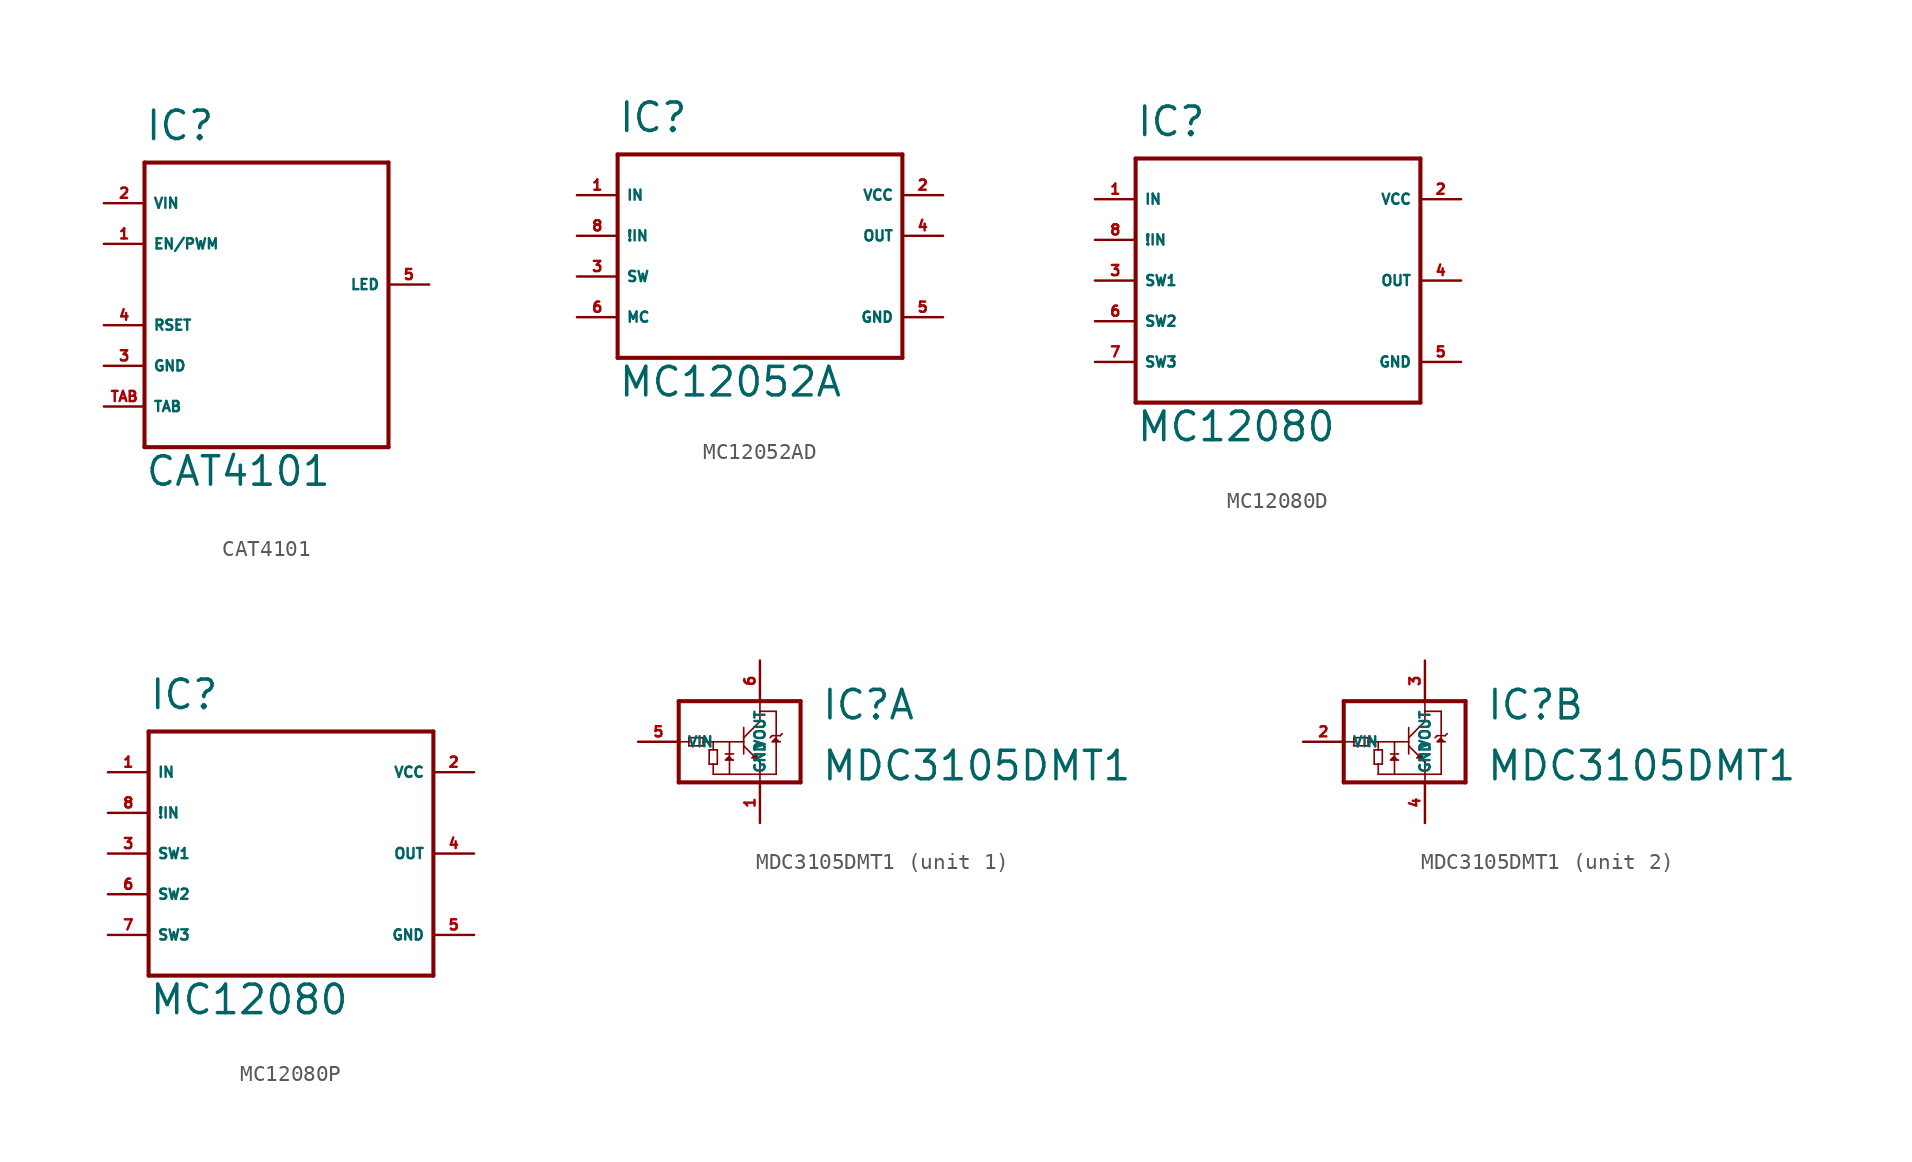
<source format=kicad_sym>
(kicad_symbol_lib
  (version 20220914)
  (generator Eagle2Kicad)
  (symbol "CAT4101"
    (property "Reference" "IC"
      (at -7.62 8.89 0)
      (effects (font (size 1.778 1.778) (thickness 0.22)) (justify left bottom)))
    (property "Value" "CAT4101"
      (at -7.62 -12.7 0)
      (effects (font (size 1.778 1.778) (thickness 0.22)) (justify left bottom)))
    (polyline
      (pts (xy -7.62 7.62) (xy 7.62 7.62))
      (stroke (width 0.254) (type default))
      (fill (type none)))
    (polyline
      (pts (xy 7.62 7.62) (xy 7.62 -10.16))
      (stroke (width 0.254) (type default))
      (fill (type none)))
    (polyline
      (pts (xy 7.62 -10.16) (xy -7.62 -10.16))
      (stroke (width 0.254) (type default))
      (fill (type none)))
    (polyline
      (pts (xy -7.62 -10.16) (xy -7.62 7.62))
      (stroke (width 0.254) (type default))
      (fill (type none)))
    (pin input line
      (at -10.16 2.54 0)
      (length 2.54)
      (name "EN/PWM" (effects (font (size 0.635 0.635) (thickness 0.08)) (justify left bottom)))
      (number "1" (effects (font (size 0.635 0.635) (thickness 0.08)) (justify left bottom))))
    (pin input line
      (at -10.16 5.08 0)
      (length 2.54)
      (name "VIN" (effects (font (size 0.635 0.635) (thickness 0.08)) (justify left bottom)))
      (number "2" (effects (font (size 0.635 0.635) (thickness 0.08)) (justify left bottom))))
    (pin input line
      (at -10.16 -2.54 0)
      (length 2.54)
      (name "RSET" (effects (font (size 0.635 0.635) (thickness 0.08)) (justify left bottom)))
      (number "4" (effects (font (size 0.635 0.635) (thickness 0.08)) (justify left bottom))))
    (pin unspecified line
      (at -10.16 -5.08 0)
      (length 2.54)
      (name "GND" (effects (font (size 0.635 0.635) (thickness 0.08)) (justify left bottom)))
      (number "3" (effects (font (size 0.635 0.635) (thickness 0.08)) (justify left bottom))))
    (pin unspecified line
      (at 10.16 0 180)
      (length 2.54)
      (name "LED" (effects (font (size 0.635 0.635) (thickness 0.08)) (justify left bottom)))
      (number "5" (effects (font (size 0.635 0.635) (thickness 0.08)) (justify left bottom))))
    (pin passive line
      (at -10.16 -7.62 0)
      (length 2.54)
      (name "TAB" (effects (font (size 0.635 0.635) (thickness 0.08)) (justify left bottom)))
      (number "TAB" (effects (font (size 0.635 0.635) (thickness 0.08)) (justify left bottom)))))
  (symbol "MC12052AD"
    (property "Reference" "IC"
      (at -7.62 8.89 0)
      (effects (font (size 1.778 1.778) (thickness 0.22)) (justify left bottom)))
    (property "Value" "MC12052A"
      (at -7.62 -7.62 0)
      (effects (font (size 1.778 1.778) (thickness 0.22)) (justify left bottom)))
    (polyline
      (pts (xy -7.62 7.62) (xy 10.16 7.62))
      (stroke (width 0.254) (type default))
      (fill (type none)))
    (polyline
      (pts (xy 10.16 7.62) (xy 10.16 -5.08))
      (stroke (width 0.254) (type default))
      (fill (type none)))
    (polyline
      (pts (xy 10.16 -5.08) (xy -7.62 -5.08))
      (stroke (width 0.254) (type default))
      (fill (type none)))
    (polyline
      (pts (xy -7.62 -5.08) (xy -7.62 7.62))
      (stroke (width 0.254) (type default))
      (fill (type none)))
    (pin input line
      (at -10.16 5.08 0)
      (length 2.54)
      (name "IN" (effects (font (size 0.635 0.635) (thickness 0.08)) (justify left bottom)))
      (number "1" (effects (font (size 0.635 0.635) (thickness 0.08)) (justify left bottom))))
    (pin unspecified line
      (at 12.7 5.08 180)
      (length 2.54)
      (name "VCC" (effects (font (size 0.635 0.635) (thickness 0.08)) (justify left bottom)))
      (number "2" (effects (font (size 0.635 0.635) (thickness 0.08)) (justify left bottom))))
    (pin input line
      (at -10.16 0 0)
      (length 2.54)
      (name "SW" (effects (font (size 0.635 0.635) (thickness 0.08)) (justify left bottom)))
      (number "3" (effects (font (size 0.635 0.635) (thickness 0.08)) (justify left bottom))))
    (pin output line
      (at 12.7 2.54 180)
      (length 2.54)
      (name "OUT" (effects (font (size 0.635 0.635) (thickness 0.08)) (justify left bottom)))
      (number "4" (effects (font (size 0.635 0.635) (thickness 0.08)) (justify left bottom))))
    (pin unspecified line
      (at 12.7 -2.54 180)
      (length 2.54)
      (name "GND" (effects (font (size 0.635 0.635) (thickness 0.08)) (justify left bottom)))
      (number "5" (effects (font (size 0.635 0.635) (thickness 0.08)) (justify left bottom))))
    (pin input line
      (at -10.16 -2.54 0)
      (length 2.54)
      (name "MC" (effects (font (size 0.635 0.635) (thickness 0.08)) (justify left bottom)))
      (number "6" (effects (font (size 0.635 0.635) (thickness 0.08)) (justify left bottom))))
    (pin input line
      (at -10.16 2.54 0)
      (length 2.54)
      (name "!IN" (effects (font (size 0.635 0.635) (thickness 0.08)) (justify left bottom)))
      (number "8" (effects (font (size 0.635 0.635) (thickness 0.08)) (justify left bottom)))))
  (symbol "MC12080D"
    (property "Reference" "IC"
      (at -7.62 8.89 0)
      (effects (font (size 1.778 1.778) (thickness 0.22)) (justify left bottom)))
    (property "Value" "MC12080"
      (at -7.62 -10.16 0)
      (effects (font (size 1.778 1.778) (thickness 0.22)) (justify left bottom)))
    (polyline
      (pts (xy -7.62 7.62) (xy 10.16 7.62))
      (stroke (width 0.254) (type default))
      (fill (type none)))
    (polyline
      (pts (xy 10.16 7.62) (xy 10.16 -7.62))
      (stroke (width 0.254) (type default))
      (fill (type none)))
    (polyline
      (pts (xy 10.16 -7.62) (xy -7.62 -7.62))
      (stroke (width 0.254) (type default))
      (fill (type none)))
    (polyline
      (pts (xy -7.62 -7.62) (xy -7.62 7.62))
      (stroke (width 0.254) (type default))
      (fill (type none)))
    (pin input line
      (at -10.16 5.08 0)
      (length 2.54)
      (name "IN" (effects (font (size 0.635 0.635) (thickness 0.08)) (justify left bottom)))
      (number "1" (effects (font (size 0.635 0.635) (thickness 0.08)) (justify left bottom))))
    (pin unspecified line
      (at 12.7 5.08 180)
      (length 2.54)
      (name "VCC" (effects (font (size 0.635 0.635) (thickness 0.08)) (justify left bottom)))
      (number "2" (effects (font (size 0.635 0.635) (thickness 0.08)) (justify left bottom))))
    (pin input line
      (at -10.16 0 0)
      (length 2.54)
      (name "SW1" (effects (font (size 0.635 0.635) (thickness 0.08)) (justify left bottom)))
      (number "3" (effects (font (size 0.635 0.635) (thickness 0.08)) (justify left bottom))))
    (pin output line
      (at 12.7 0 180)
      (length 2.54)
      (name "OUT" (effects (font (size 0.635 0.635) (thickness 0.08)) (justify left bottom)))
      (number "4" (effects (font (size 0.635 0.635) (thickness 0.08)) (justify left bottom))))
    (pin unspecified line
      (at 12.7 -5.08 180)
      (length 2.54)
      (name "GND" (effects (font (size 0.635 0.635) (thickness 0.08)) (justify left bottom)))
      (number "5" (effects (font (size 0.635 0.635) (thickness 0.08)) (justify left bottom))))
    (pin input line
      (at -10.16 -2.54 0)
      (length 2.54)
      (name "SW2" (effects (font (size 0.635 0.635) (thickness 0.08)) (justify left bottom)))
      (number "6" (effects (font (size 0.635 0.635) (thickness 0.08)) (justify left bottom))))
    (pin input line
      (at -10.16 2.54 0)
      (length 2.54)
      (name "!IN" (effects (font (size 0.635 0.635) (thickness 0.08)) (justify left bottom)))
      (number "8" (effects (font (size 0.635 0.635) (thickness 0.08)) (justify left bottom))))
    (pin input line
      (at -10.16 -5.08 0)
      (length 2.54)
      (name "SW3" (effects (font (size 0.635 0.635) (thickness 0.08)) (justify left bottom)))
      (number "7" (effects (font (size 0.635 0.635) (thickness 0.08)) (justify left bottom)))))
  (symbol "MC12080P"
    (property "Reference" "IC"
      (at -7.62 8.89 0)
      (effects (font (size 1.778 1.778) (thickness 0.22)) (justify left bottom)))
    (property "Value" "MC12080"
      (at -7.62 -10.16 0)
      (effects (font (size 1.778 1.778) (thickness 0.22)) (justify left bottom)))
    (polyline
      (pts (xy -7.62 7.62) (xy 10.16 7.62))
      (stroke (width 0.254) (type default))
      (fill (type none)))
    (polyline
      (pts (xy 10.16 7.62) (xy 10.16 -7.62))
      (stroke (width 0.254) (type default))
      (fill (type none)))
    (polyline
      (pts (xy 10.16 -7.62) (xy -7.62 -7.62))
      (stroke (width 0.254) (type default))
      (fill (type none)))
    (polyline
      (pts (xy -7.62 -7.62) (xy -7.62 7.62))
      (stroke (width 0.254) (type default))
      (fill (type none)))
    (pin input line
      (at -10.16 5.08 0)
      (length 2.54)
      (name "IN" (effects (font (size 0.635 0.635) (thickness 0.08)) (justify left bottom)))
      (number "1" (effects (font (size 0.635 0.635) (thickness 0.08)) (justify left bottom))))
    (pin unspecified line
      (at 12.7 5.08 180)
      (length 2.54)
      (name "VCC" (effects (font (size 0.635 0.635) (thickness 0.08)) (justify left bottom)))
      (number "2" (effects (font (size 0.635 0.635) (thickness 0.08)) (justify left bottom))))
    (pin input line
      (at -10.16 0 0)
      (length 2.54)
      (name "SW1" (effects (font (size 0.635 0.635) (thickness 0.08)) (justify left bottom)))
      (number "3" (effects (font (size 0.635 0.635) (thickness 0.08)) (justify left bottom))))
    (pin output line
      (at 12.7 0 180)
      (length 2.54)
      (name "OUT" (effects (font (size 0.635 0.635) (thickness 0.08)) (justify left bottom)))
      (number "4" (effects (font (size 0.635 0.635) (thickness 0.08)) (justify left bottom))))
    (pin unspecified line
      (at 12.7 -5.08 180)
      (length 2.54)
      (name "GND" (effects (font (size 0.635 0.635) (thickness 0.08)) (justify left bottom)))
      (number "5" (effects (font (size 0.635 0.635) (thickness 0.08)) (justify left bottom))))
    (pin input line
      (at -10.16 -2.54 0)
      (length 2.54)
      (name "SW2" (effects (font (size 0.635 0.635) (thickness 0.08)) (justify left bottom)))
      (number "6" (effects (font (size 0.635 0.635) (thickness 0.08)) (justify left bottom))))
    (pin input line
      (at -10.16 2.54 0)
      (length 2.54)
      (name "!IN" (effects (font (size 0.635 0.635) (thickness 0.08)) (justify left bottom)))
      (number "8" (effects (font (size 0.635 0.635) (thickness 0.08)) (justify left bottom))))
    (pin input line
      (at -10.16 -5.08 0)
      (length 2.54)
      (name "SW3" (effects (font (size 0.635 0.635) (thickness 0.08)) (justify left bottom)))
      (number "7" (effects (font (size 0.635 0.635) (thickness 0.08)) (justify left bottom)))))
  (symbol "MDC3105DMT1"
    (property "Reference" "IC"
      (at 6.35 1.27 0)
      (effects (font (size 1.778 1.778) (thickness 0.22)) (justify left bottom)))
    (property "Value" "MDC3105DMT1"
      (at 6.35 -2.54 0)
      (effects (font (size 1.778 1.778) (thickness 0.22)) (justify left bottom)))
    (symbol "MDC3105DMT1_1_0"
      (polyline (pts (xy 2.54 -1.27) (xy 2.286 -0.762) (xy 2.032 -1.016)) (stroke (width 0.102) (type default)) (fill (type outline)))
      (polyline (pts (xy 0.635 -0.889) (xy 0.381 -1.143) (xy 0.889 -1.143)) (stroke (width 0.102) (type default)) (fill (type outline)))
      (polyline (pts (xy 3.556 0.254) (xy 3.302 0) (xy 3.81 0)) (stroke (width 0.102) (type default)) (fill (type outline)))
      (polyline (pts (xy -2.54 2.54) (xy 2.54 2.54)) (stroke (width 0.254) (type default)) (fill (type none)))
      (polyline (pts (xy 2.54 2.54) (xy 5.08 2.54)) (stroke (width 0.254) (type default)) (fill (type none)))
      (polyline (pts (xy 5.08 2.54) (xy 5.08 -2.54)) (stroke (width 0.254) (type default)) (fill (type none)))
      (polyline (pts (xy 5.08 -2.54) (xy -2.54 -2.54)) (stroke (width 0.254) (type default)) (fill (type none)))
      (polyline (pts (xy -2.54 -2.54) (xy -2.54 0)) (stroke (width 0.254) (type default)) (fill (type none)))
      (polyline (pts (xy -2.54 0) (xy -2.54 2.54)) (stroke (width 0.254) (type default)) (fill (type none)))
      (polyline (pts (xy -2.54 0) (xy -1.905 0)) (stroke (width 0.102) (type default)) (fill (type none)))
      (polyline (pts (xy -1.905 0) (xy -1.905 0.254)) (stroke (width 0.102) (type default)) (fill (type none)))
      (polyline (pts (xy -1.905 0.254) (xy -1.016 0.254)) (stroke (width 0.102) (type default)) (fill (type none)))
      (polyline (pts (xy -1.016 0.254) (xy -1.016 0)) (stroke (width 0.102) (type default)) (fill (type none)))
      (polyline (pts (xy -1.016 0) (xy -1.016 -0.254)) (stroke (width 0.102) (type default)) (fill (type none)))
      (polyline (pts (xy -1.016 -0.254) (xy -1.905 -0.254)) (stroke (width 0.102) (type default)) (fill (type none)))
      (polyline (pts (xy -1.905 -0.254) (xy -1.905 0)) (stroke (width 0.102) (type default)) (fill (type none)))
      (polyline (pts (xy -1.016 0) (xy -0.381 0)) (stroke (width 0.102) (type default)) (fill (type none)))
      (polyline (pts (xy -0.381 0) (xy -0.381 -0.508)) (stroke (width 0.102) (type default)) (fill (type none)))
      (polyline (pts (xy -0.381 -1.397) (xy -0.635 -1.397)) (stroke (width 0.102) (type default)) (fill (type none)))
      (polyline (pts (xy -0.635 -1.397) (xy -0.635 -0.508)) (stroke (width 0.102) (type default)) (fill (type none)))
      (polyline (pts (xy -0.635 -0.508) (xy -0.127 -0.508)) (stroke (width 0.102) (type default)) (fill (type none)))
      (polyline (pts (xy -0.127 -0.508) (xy -0.127 -1.397)) (stroke (width 0.102) (type default)) (fill (type none)))
      (polyline (pts (xy -0.127 -1.397) (xy -0.381 -1.397)) (stroke (width 0.102) (type default)) (fill (type none)))
      (polyline (pts (xy -0.381 -2.032) (xy -0.381 -1.397)) (stroke (width 0.102) (type default)) (fill (type none)))
      (polyline (pts (xy -0.381 -2.032) (xy 0.635 -2.032)) (stroke (width 0.102) (type default)) (fill (type none)))
      (polyline (pts (xy 0.635 -2.032) (xy 2.54 -2.032)) (stroke (width 0.102) (type default)) (fill (type none)))
      (polyline (pts (xy 2.54 -2.032) (xy 2.54 -2.413)) (stroke (width 0.102) (type default)) (fill (type none)))
      (polyline (pts (xy -0.381 0) (xy 0.635 0)) (stroke (width 0.102) (type default)) (fill (type none)))
      (polyline (pts (xy 0.635 0) (xy 1.524 0)) (stroke (width 0.102) (type default)) (fill (type none)))
      (polyline (pts (xy 1.524 0.254) (xy 1.524 0.889)) (stroke (width 0.102) (type default)) (fill (type none)))
      (polyline (pts (xy 1.524 -0.254) (xy 1.524 -0.762)) (stroke (width 0.102) (type default)) (fill (type none)))
      (polyline (pts (xy 1.524 0) (xy 1.524 0.254)) (stroke (width 0.102) (type default)) (fill (type none)))
      (polyline (pts (xy 1.524 0.254) (xy 2.54 1.27)) (stroke (width 0.102) (type default)) (fill (type none)))
      (polyline (pts (xy 2.54 1.27) (xy 2.54 1.905)) (stroke (width 0.102) (type default)) (fill (type none)))
      (polyline (pts (xy 2.54 1.905) (xy 2.54 2.54)) (stroke (width 0.102) (type default)) (fill (type none)))
      (polyline (pts (xy 1.524 0) (xy 1.524 -0.254)) (stroke (width 0.102) (type default)) (fill (type none)))
      (polyline (pts (xy 1.524 -0.254) (xy 2.54 -1.27)) (stroke (width 0.102) (type default)) (fill (type none)))
      (polyline (pts (xy 2.54 -1.27) (xy 2.54 -2.032)) (stroke (width 0.102) (type default)) (fill (type none)))
      (polyline (pts (xy 0.635 0) (xy 0.635 -2.032)) (stroke (width 0.102) (type default)) (fill (type none)))
      (polyline (pts (xy 0.381 -0.762) (xy 0.889 -0.762)) (stroke (width 0.102) (type default)) (fill (type none)))
      (polyline (pts (xy 3.302 0.381) (xy 3.175 0.254)) (stroke (width 0.102) (type default)) (fill (type none)))
      (polyline (pts (xy 3.302 0.381) (xy 3.81 0.381)) (stroke (width 0.102) (type default)) (fill (type none)))
      (polyline (pts (xy 3.81 0.381) (xy 3.937 0.508)) (stroke (width 0.102) (type default)) (fill (type none)))
      (polyline (pts (xy 2.54 1.905) (xy 3.556 1.905)) (stroke (width 0.102) (type default)) (fill (type none)))
      (polyline (pts (xy 3.556 1.905) (xy 3.556 -2.032)) (stroke (width 0.102) (type default)) (fill (type none)))
      (polyline (pts (xy 3.556 -2.032) (xy 2.54 -2.032)) (stroke (width 0.102) (type default)) (fill (type none)))
      (pin passive line (at -5.08 0 0) (length 2.54) (name "VIN" (effects (font (size 0.635 0.635) (thickness 0.08)) (justify left bottom))) (number "5" (effects (font (size 0.635 0.635) (thickness 0.08)) (justify left bottom))))
      (pin passive line (at 2.54 -5.08 90) (length 2.54) (name "GND" (effects (font (size 0.635 0.635) (thickness 0.08)) (justify left bottom))) (number "1" (effects (font (size 0.635 0.635) (thickness 0.08)) (justify left bottom))))
      (pin passive line (at 2.54 5.08 270) (length 2.54) (name "VOUT" (effects (font (size 0.635 0.635) (thickness 0.08)) (justify left bottom))) (number "6" (effects (font (size 0.635 0.635) (thickness 0.08)) (justify left bottom)))))
    (symbol "MDC3105DMT1_2_0"
      (polyline (pts (xy 2.54 -1.27) (xy 2.286 -0.762) (xy 2.032 -1.016)) (stroke (width 0.102) (type default)) (fill (type outline)))
      (polyline (pts (xy 0.635 -0.889) (xy 0.381 -1.143) (xy 0.889 -1.143)) (stroke (width 0.102) (type default)) (fill (type outline)))
      (polyline (pts (xy 3.556 0.254) (xy 3.302 0) (xy 3.81 0)) (stroke (width 0.102) (type default)) (fill (type outline)))
      (polyline (pts (xy -2.54 2.54) (xy 2.54 2.54)) (stroke (width 0.254) (type default)) (fill (type none)))
      (polyline (pts (xy 2.54 2.54) (xy 5.08 2.54)) (stroke (width 0.254) (type default)) (fill (type none)))
      (polyline (pts (xy 5.08 2.54) (xy 5.08 -2.54)) (stroke (width 0.254) (type default)) (fill (type none)))
      (polyline (pts (xy 5.08 -2.54) (xy -2.54 -2.54)) (stroke (width 0.254) (type default)) (fill (type none)))
      (polyline (pts (xy -2.54 -2.54) (xy -2.54 0)) (stroke (width 0.254) (type default)) (fill (type none)))
      (polyline (pts (xy -2.54 0) (xy -2.54 2.54)) (stroke (width 0.254) (type default)) (fill (type none)))
      (polyline (pts (xy -2.54 0) (xy -1.905 0)) (stroke (width 0.102) (type default)) (fill (type none)))
      (polyline (pts (xy -1.905 0) (xy -1.905 0.254)) (stroke (width 0.102) (type default)) (fill (type none)))
      (polyline (pts (xy -1.905 0.254) (xy -1.016 0.254)) (stroke (width 0.102) (type default)) (fill (type none)))
      (polyline (pts (xy -1.016 0.254) (xy -1.016 0)) (stroke (width 0.102) (type default)) (fill (type none)))
      (polyline (pts (xy -1.016 0) (xy -1.016 -0.254)) (stroke (width 0.102) (type default)) (fill (type none)))
      (polyline (pts (xy -1.016 -0.254) (xy -1.905 -0.254)) (stroke (width 0.102) (type default)) (fill (type none)))
      (polyline (pts (xy -1.905 -0.254) (xy -1.905 0)) (stroke (width 0.102) (type default)) (fill (type none)))
      (polyline (pts (xy -1.016 0) (xy -0.381 0)) (stroke (width 0.102) (type default)) (fill (type none)))
      (polyline (pts (xy -0.381 0) (xy -0.381 -0.508)) (stroke (width 0.102) (type default)) (fill (type none)))
      (polyline (pts (xy -0.381 -1.397) (xy -0.635 -1.397)) (stroke (width 0.102) (type default)) (fill (type none)))
      (polyline (pts (xy -0.635 -1.397) (xy -0.635 -0.508)) (stroke (width 0.102) (type default)) (fill (type none)))
      (polyline (pts (xy -0.635 -0.508) (xy -0.127 -0.508)) (stroke (width 0.102) (type default)) (fill (type none)))
      (polyline (pts (xy -0.127 -0.508) (xy -0.127 -1.397)) (stroke (width 0.102) (type default)) (fill (type none)))
      (polyline (pts (xy -0.127 -1.397) (xy -0.381 -1.397)) (stroke (width 0.102) (type default)) (fill (type none)))
      (polyline (pts (xy -0.381 -2.032) (xy -0.381 -1.397)) (stroke (width 0.102) (type default)) (fill (type none)))
      (polyline (pts (xy -0.381 -2.032) (xy 0.635 -2.032)) (stroke (width 0.102) (type default)) (fill (type none)))
      (polyline (pts (xy 0.635 -2.032) (xy 2.54 -2.032)) (stroke (width 0.102) (type default)) (fill (type none)))
      (polyline (pts (xy 2.54 -2.032) (xy 2.54 -2.413)) (stroke (width 0.102) (type default)) (fill (type none)))
      (polyline (pts (xy -0.381 0) (xy 0.635 0)) (stroke (width 0.102) (type default)) (fill (type none)))
      (polyline (pts (xy 0.635 0) (xy 1.524 0)) (stroke (width 0.102) (type default)) (fill (type none)))
      (polyline (pts (xy 1.524 0.254) (xy 1.524 0.889)) (stroke (width 0.102) (type default)) (fill (type none)))
      (polyline (pts (xy 1.524 -0.254) (xy 1.524 -0.762)) (stroke (width 0.102) (type default)) (fill (type none)))
      (polyline (pts (xy 1.524 0) (xy 1.524 0.254)) (stroke (width 0.102) (type default)) (fill (type none)))
      (polyline (pts (xy 1.524 0.254) (xy 2.54 1.27)) (stroke (width 0.102) (type default)) (fill (type none)))
      (polyline (pts (xy 2.54 1.27) (xy 2.54 1.905)) (stroke (width 0.102) (type default)) (fill (type none)))
      (polyline (pts (xy 2.54 1.905) (xy 2.54 2.54)) (stroke (width 0.102) (type default)) (fill (type none)))
      (polyline (pts (xy 1.524 0) (xy 1.524 -0.254)) (stroke (width 0.102) (type default)) (fill (type none)))
      (polyline (pts (xy 1.524 -0.254) (xy 2.54 -1.27)) (stroke (width 0.102) (type default)) (fill (type none)))
      (polyline (pts (xy 2.54 -1.27) (xy 2.54 -2.032)) (stroke (width 0.102) (type default)) (fill (type none)))
      (polyline (pts (xy 0.635 0) (xy 0.635 -2.032)) (stroke (width 0.102) (type default)) (fill (type none)))
      (polyline (pts (xy 0.381 -0.762) (xy 0.889 -0.762)) (stroke (width 0.102) (type default)) (fill (type none)))
      (polyline (pts (xy 3.302 0.381) (xy 3.175 0.254)) (stroke (width 0.102) (type default)) (fill (type none)))
      (polyline (pts (xy 3.302 0.381) (xy 3.81 0.381)) (stroke (width 0.102) (type default)) (fill (type none)))
      (polyline (pts (xy 3.81 0.381) (xy 3.937 0.508)) (stroke (width 0.102) (type default)) (fill (type none)))
      (polyline (pts (xy 2.54 1.905) (xy 3.556 1.905)) (stroke (width 0.102) (type default)) (fill (type none)))
      (polyline (pts (xy 3.556 1.905) (xy 3.556 -2.032)) (stroke (width 0.102) (type default)) (fill (type none)))
      (polyline (pts (xy 3.556 -2.032) (xy 2.54 -2.032)) (stroke (width 0.102) (type default)) (fill (type none)))
      (pin passive line (at -5.08 0 0) (length 2.54) (name "VIN" (effects (font (size 0.635 0.635) (thickness 0.08)) (justify left bottom))) (number "2" (effects (font (size 0.635 0.635) (thickness 0.08)) (justify left bottom))))
      (pin passive line (at 2.54 -5.08 90) (length 2.54) (name "GND" (effects (font (size 0.635 0.635) (thickness 0.08)) (justify left bottom))) (number "4" (effects (font (size 0.635 0.635) (thickness 0.08)) (justify left bottom))))
      (pin passive line (at 2.54 5.08 270) (length 2.54) (name "VOUT" (effects (font (size 0.635 0.635) (thickness 0.08)) (justify left bottom))) (number "3" (effects (font (size 0.635 0.635) (thickness 0.08)) (justify left bottom)))))))
</source>
